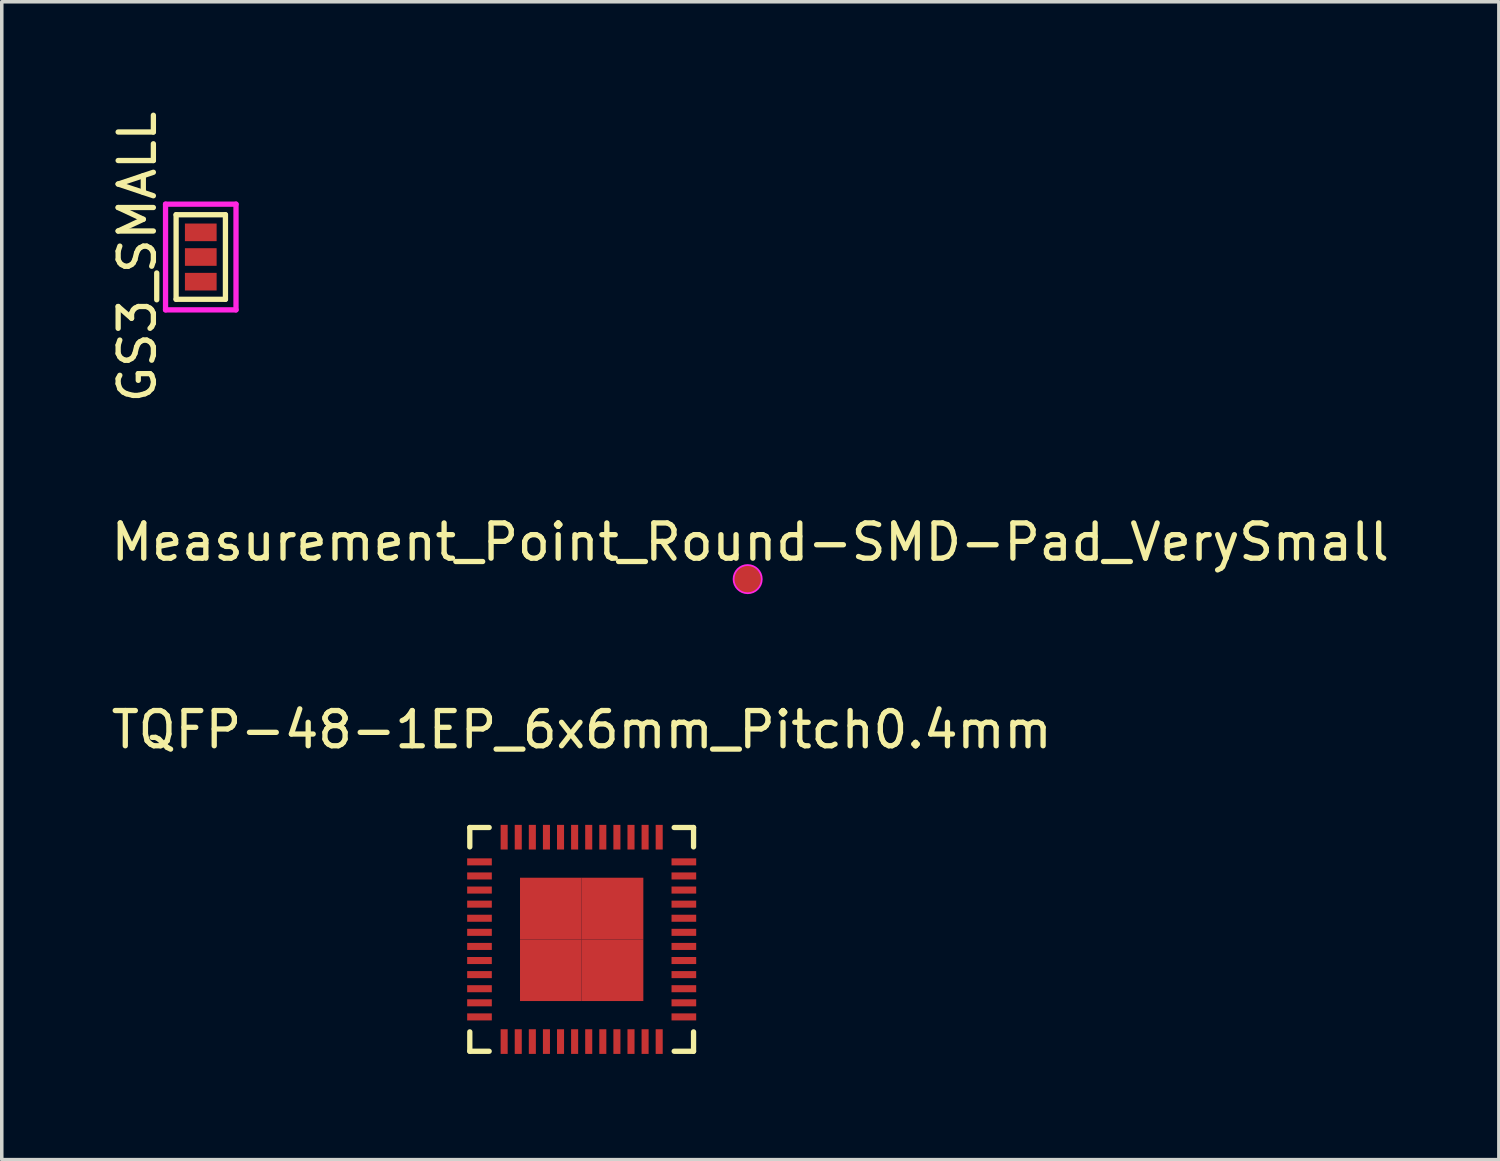
<source format=kicad_pcb>
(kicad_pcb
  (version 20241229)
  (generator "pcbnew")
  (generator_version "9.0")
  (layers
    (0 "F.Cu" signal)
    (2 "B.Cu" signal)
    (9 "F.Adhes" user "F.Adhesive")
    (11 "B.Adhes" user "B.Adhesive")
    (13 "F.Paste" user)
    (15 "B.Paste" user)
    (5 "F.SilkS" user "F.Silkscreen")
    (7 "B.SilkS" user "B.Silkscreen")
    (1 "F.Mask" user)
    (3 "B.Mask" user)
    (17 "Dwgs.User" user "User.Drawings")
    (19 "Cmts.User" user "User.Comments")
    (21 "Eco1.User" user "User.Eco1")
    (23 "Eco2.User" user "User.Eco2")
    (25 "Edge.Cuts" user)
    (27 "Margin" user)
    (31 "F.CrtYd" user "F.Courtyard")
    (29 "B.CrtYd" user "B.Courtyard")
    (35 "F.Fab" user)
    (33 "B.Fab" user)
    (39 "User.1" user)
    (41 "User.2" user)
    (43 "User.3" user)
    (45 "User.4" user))
  (footprint "GS3_SMALL"
    (layer "F.Cu")
    (at 2.648 4.244)
    (property "Reference" "GS3_SMALL" (at -1.8 0 270) (layer "F.SilkS") (effects (font (size 1 1) (thickness 0.15))))
    (attr smd)
    (fp_line (start -0.7 -1.2) (end 0.7 -1.2) (stroke (width 0.15) (type solid)) (layer "F.SilkS"))
    (fp_line (start -0.7 1.2) (end -0.7 -1.2) (stroke (width 0.15) (type solid)) (layer "F.SilkS"))
    (fp_line (start 0.7 -1.2) (end 0.7 1.2) (stroke (width 0.15) (type solid)) (layer "F.SilkS"))
    (fp_line (start 0.7 1.2) (end -0.7 1.2) (stroke (width 0.15) (type solid)) (layer "F.SilkS"))
    (fp_line (start -1 -1.5) (end 1 -1.5) (stroke (width 0.15) (type solid)) (layer "F.CrtYd"))
    (fp_line (start -1 1.5) (end -1 -1.5) (stroke (width 0.15) (type solid)) (layer "F.CrtYd"))
    (fp_line (start 1 -1.5) (end 1 1.5) (stroke (width 0.15) (type solid)) (layer "F.CrtYd"))
    (fp_line (start 1 1.5) (end -1 1.5) (stroke (width 0.15) (type solid)) (layer "F.CrtYd"))
    (pad "1" smd rect (at 0 -0.7) (size 0.9 0.5) (layers "F.Cu" "F.Mask" "F.Paste"))
    (pad "2" smd rect (at 0 0) (size 0.9 0.5) (layers "F.Cu" "F.Mask" "F.Paste"))
    (pad "3" smd rect (at 0 0.7) (size 0.9 0.5) (layers "F.Cu" "F.Mask" "F.Paste")))
  (footprint "TQFP-48-1EP_6x6mm_Pitch0.4mm"
    (layer "F.Cu")
    (at 13.458 23.61)
    (property "Reference" "TQFP-48-1EP_6x6mm_Pitch0.4mm" (at 0 -5.95 0) (layer "F.SilkS") (effects (font (size 1 1) (thickness 0.15))))
    (attr smd)
    (fp_line (start -3.175 -3.175) (end -3.175 -2.625) (stroke (width 0.15) (type solid)) (layer "F.SilkS"))
    (fp_line (start -3.175 -3.175) (end -2.625 -3.175) (stroke (width 0.15) (type solid)) (layer "F.SilkS"))
    (fp_line (start -3.175 3.175) (end -3.175 2.625) (stroke (width 0.15) (type solid)) (layer "F.SilkS"))
    (fp_line (start -3.175 3.175) (end -2.625 3.175) (stroke (width 0.15) (type solid)) (layer "F.SilkS"))
    (fp_line (start 3.175 -3.175) (end 2.625 -3.175) (stroke (width 0.15) (type solid)) (layer "F.SilkS"))
    (fp_line (start 3.175 -3.175) (end 3.175 -2.625) (stroke (width 0.15) (type solid)) (layer "F.SilkS"))
    (fp_line (start 3.175 3.175) (end 2.625 3.175) (stroke (width 0.15) (type solid)) (layer "F.SilkS"))
    (fp_line (start 3.175 3.175) (end 3.175 2.625) (stroke (width 0.15) (type solid)) (layer "F.SilkS"))
    (pad "1" smd rect (at -2.9 -2.2) (size 0.7 0.2) (layers "F.Cu" "F.Mask" "F.Paste"))
    (pad "2" smd rect (at -2.9 -1.8) (size 0.7 0.2) (layers "F.Cu" "F.Mask" "F.Paste"))
    (pad "3" smd rect (at -2.9 -1.4) (size 0.7 0.2) (layers "F.Cu" "F.Mask" "F.Paste"))
    (pad "4" smd rect (at -2.9 -1) (size 0.7 0.2) (layers "F.Cu" "F.Mask" "F.Paste"))
    (pad "5" smd rect (at -2.9 -0.6) (size 0.7 0.2) (layers "F.Cu" "F.Mask" "F.Paste"))
    (pad "6" smd rect (at -2.9 -0.2) (size 0.7 0.2) (layers "F.Cu" "F.Mask" "F.Paste"))
    (pad "7" smd rect (at -2.9 0.2) (size 0.7 0.2) (layers "F.Cu" "F.Mask" "F.Paste"))
    (pad "8" smd rect (at -2.9 0.6) (size 0.7 0.2) (layers "F.Cu" "F.Mask" "F.Paste"))
    (pad "9" smd rect (at -2.9 1) (size 0.7 0.2) (layers "F.Cu" "F.Mask" "F.Paste"))
    (pad "10" smd rect (at -2.9 1.4) (size 0.7 0.2) (layers "F.Cu" "F.Mask" "F.Paste"))
    (pad "11" smd rect (at -2.9 1.8) (size 0.7 0.2) (layers "F.Cu" "F.Mask" "F.Paste"))
    (pad "12" smd rect (at -2.9 2.2) (size 0.7 0.2) (layers "F.Cu" "F.Mask" "F.Paste"))
    (pad "13" smd rect (at -2.2 2.9 90) (size 0.7 0.2) (layers "F.Cu" "F.Mask" "F.Paste"))
    (pad "14" smd rect (at -1.8 2.9 90) (size 0.7 0.2) (layers "F.Cu" "F.Mask" "F.Paste"))
    (pad "15" smd rect (at -1.4 2.9 90) (size 0.7 0.2) (layers "F.Cu" "F.Mask" "F.Paste"))
    (pad "16" smd rect (at -1 2.9 90) (size 0.7 0.2) (layers "F.Cu" "F.Mask" "F.Paste"))
    (pad "17" smd rect (at -0.6 2.9 90) (size 0.7 0.2) (layers "F.Cu" "F.Mask" "F.Paste"))
    (pad "18" smd rect (at -0.2 2.9 90) (size 0.7 0.2) (layers "F.Cu" "F.Mask" "F.Paste"))
    (pad "19" smd rect (at 0.2 2.9 90) (size 0.7 0.2) (layers "F.Cu" "F.Mask" "F.Paste"))
    (pad "20" smd rect (at 0.6 2.9 90) (size 0.7 0.2) (layers "F.Cu" "F.Mask" "F.Paste"))
    (pad "21" smd rect (at 1 2.9 90) (size 0.7 0.2) (layers "F.Cu" "F.Mask" "F.Paste"))
    (pad "22" smd rect (at 1.4 2.9 90) (size 0.7 0.2) (layers "F.Cu" "F.Mask" "F.Paste"))
    (pad "23" smd rect (at 1.8 2.9 90) (size 0.7 0.2) (layers "F.Cu" "F.Mask" "F.Paste"))
    (pad "24" smd rect (at 2.2 2.9 90) (size 0.7 0.2) (layers "F.Cu" "F.Mask" "F.Paste"))
    (pad "25" smd rect (at 2.9 2.2) (size 0.7 0.2) (layers "F.Cu" "F.Mask" "F.Paste"))
    (pad "26" smd rect (at 2.9 1.8) (size 0.7 0.2) (layers "F.Cu" "F.Mask" "F.Paste"))
    (pad "27" smd rect (at 2.9 1.4) (size 0.7 0.2) (layers "F.Cu" "F.Mask" "F.Paste"))
    (pad "28" smd rect (at 2.9 1) (size 0.7 0.2) (layers "F.Cu" "F.Mask" "F.Paste"))
    (pad "29" smd rect (at 2.9 0.6) (size 0.7 0.2) (layers "F.Cu" "F.Mask" "F.Paste"))
    (pad "30" smd rect (at 2.9 0.2) (size 0.7 0.2) (layers "F.Cu" "F.Mask" "F.Paste"))
    (pad "31" smd rect (at 2.9 -0.2) (size 0.7 0.2) (layers "F.Cu" "F.Mask" "F.Paste"))
    (pad "32" smd rect (at 2.9 -0.6) (size 0.7 0.2) (layers "F.Cu" "F.Mask" "F.Paste"))
    (pad "33" smd rect (at 2.9 -1) (size 0.7 0.2) (layers "F.Cu" "F.Mask" "F.Paste"))
    (pad "34" smd rect (at 2.9 -1.4) (size 0.7 0.2) (layers "F.Cu" "F.Mask" "F.Paste"))
    (pad "35" smd rect (at 2.9 -1.8) (size 0.7 0.2) (layers "F.Cu" "F.Mask" "F.Paste"))
    (pad "36" smd rect (at 2.9 -2.2) (size 0.7 0.2) (layers "F.Cu" "F.Mask" "F.Paste"))
    (pad "37" smd rect (at 2.2 -2.9 90) (size 0.7 0.2) (layers "F.Cu" "F.Mask" "F.Paste"))
    (pad "38" smd rect (at 1.8 -2.9 90) (size 0.7 0.2) (layers "F.Cu" "F.Mask" "F.Paste"))
    (pad "39" smd rect (at 1.4 -2.9 90) (size 0.7 0.2) (layers "F.Cu" "F.Mask" "F.Paste"))
    (pad "40" smd rect (at 1 -2.9 90) (size 0.7 0.2) (layers "F.Cu" "F.Mask" "F.Paste"))
    (pad "41" smd rect (at 0.6 -2.9 90) (size 0.7 0.2) (layers "F.Cu" "F.Mask" "F.Paste"))
    (pad "42" smd rect (at 0.2 -2.9 90) (size 0.7 0.2) (layers "F.Cu" "F.Mask" "F.Paste"))
    (pad "43" smd rect (at -0.2 -2.9 90) (size 0.7 0.2) (layers "F.Cu" "F.Mask" "F.Paste"))
    (pad "44" smd rect (at -0.6 -2.9 90) (size 0.7 0.2) (layers "F.Cu" "F.Mask" "F.Paste"))
    (pad "45" smd rect (at -1 -2.9 90) (size 0.7 0.2) (layers "F.Cu" "F.Mask" "F.Paste"))
    (pad "46" smd rect (at -1.4 -2.9 90) (size 0.7 0.2) (layers "F.Cu" "F.Mask" "F.Paste"))
    (pad "47" smd rect (at -1.8 -2.9 90) (size 0.7 0.2) (layers "F.Cu" "F.Mask" "F.Paste"))
    (pad "48" smd rect (at -2.2 -2.9 90) (size 0.7 0.2) (layers "F.Cu" "F.Mask" "F.Paste"))
    (pad "49" smd rect (at -0.875 -0.875) (size 1.75 1.75) (layers "F.Cu" "F.Mask" "F.Paste"))
    (pad "49" smd rect (at -0.875 0.875) (size 1.75 1.75) (layers "F.Cu" "F.Mask" "F.Paste"))
    (pad "49" smd rect (at 0.875 -0.875) (size 1.75 1.75) (layers "F.Cu" "F.Mask" "F.Paste"))
    (pad "49" smd rect (at 0.875 0.875) (size 1.75 1.75) (layers "F.Cu" "F.Mask" "F.Paste")))
  (footprint "Measurement_Point_Round-SMD-Pad_VerySmall"
    (layer "F.Cu")
    (at 18.169 13.386)
    (property "Reference" "Measurement_Point_Round-SMD-Pad_VerySmall" (at 0.075 -1.05 0) (layer "F.SilkS") (effects (font (size 1 1) (thickness 0.15))))
    (attr exclude_from_pos_files exclude_from_bom)
    (fp_circle (center 0 0) (end 0.4 0) (stroke (width 0.05) (type solid)) (fill no) (layer "F.CrtYd"))
    (pad "1" smd circle (at 0 0) (size 0.8 0.8) (layers "F.Cu" "F.Mask")))
  (gr_rect
    (start -3 -3)
    (end 39.488 29.86)
    (stroke (width 0.1) (type default))
    (fill no)
    (layer "Edge.Cuts")))
</source>
